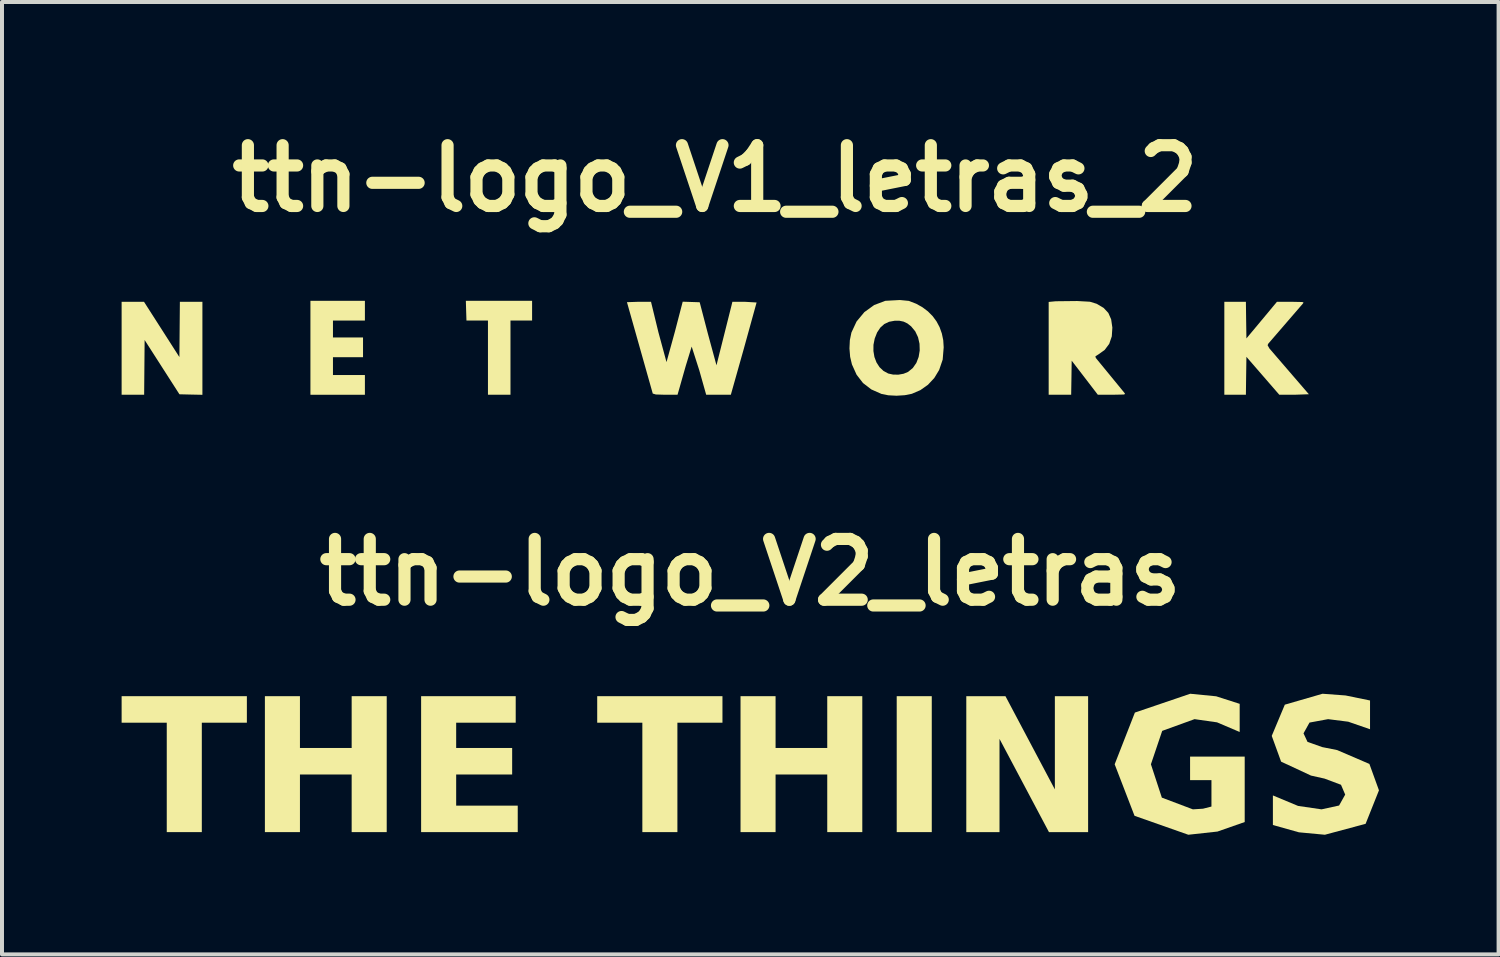
<source format=kicad_pcb>
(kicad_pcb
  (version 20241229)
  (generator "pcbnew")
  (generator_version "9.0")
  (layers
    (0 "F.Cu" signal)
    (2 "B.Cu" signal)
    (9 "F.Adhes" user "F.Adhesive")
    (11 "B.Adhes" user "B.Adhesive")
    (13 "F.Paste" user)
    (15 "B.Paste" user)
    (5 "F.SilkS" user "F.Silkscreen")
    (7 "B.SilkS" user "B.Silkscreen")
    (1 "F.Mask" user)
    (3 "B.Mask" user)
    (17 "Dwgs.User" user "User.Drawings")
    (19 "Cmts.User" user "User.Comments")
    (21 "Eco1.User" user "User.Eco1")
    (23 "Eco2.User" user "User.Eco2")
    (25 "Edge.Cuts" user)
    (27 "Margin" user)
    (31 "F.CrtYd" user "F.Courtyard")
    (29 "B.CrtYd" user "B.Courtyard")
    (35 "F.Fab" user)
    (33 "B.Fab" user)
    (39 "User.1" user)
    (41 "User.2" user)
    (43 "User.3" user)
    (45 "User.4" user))
  (footprint "ttn-logo_V1_letras_2"
    (layer "F.Cu")
    (at 14.887 5.674)
    (property "Reference" "ttn-logo_V1_letras_2" (at 0 -4.248 0) (layer "F.SilkS") (effects (font (size 1.524 1.524) (thickness 0.305))))
    (attr smd)
    (fp_poly (pts (xy 4.169 1.155) (xy 3.992 0.229) (xy 4.044 0.366) (xy 4.12 0.484) (xy 4.219 0.578) (xy 4.338 0.643) (xy 4.46 0.67) (xy 4.593 0.672) (xy 4.723 0.649) (xy 4.835 0.603) (xy 4.835 0.603) (xy 4.954 0.506) (xy 5.043 0.378) (xy 5.101 0.228) (xy 5.128 0.065) (xy 5.123 -0.103) (xy 5.086 -0.266) (xy 5.016 -0.414) (xy 4.912 -0.54) (xy 4.82 -0.612) (xy 4.725 -0.658) (xy 4.62 -0.68) (xy 4.498 -0.68) (xy 4.358 -0.654) (xy 4.239 -0.597) (xy 4.14 -0.508) (xy 4.059 -0.386) (xy 3.999 -0.233) (xy 3.968 -0.076) (xy 3.967 0.08) (xy 3.992 0.229) (xy 4.169 1.155) (xy 0.715 0.028) (xy 0.391 1.176) (xy 0.082 1.176) (xy -0.227 1.176) (xy -0.4 0.563) (xy -0.591 -0.032) (xy -0.741 0.457) (xy -0.91 1.052) (xy -0.946 1.176) (xy -1.251 1.176) (xy -1.489 1.169) (xy -1.567 1.146) (xy -1.567 1.146) (xy -1.567 1.146) (xy -2.214 -1.146) (xy -1.912 -1.156) (xy -1.611 -1.156) (xy -1.425 -0.391) (xy -1.222 0.357) (xy -1.011 -0.409) (xy -0.816 -1.158) (xy -0.603 -1.151) (xy -0.39 -1.144) (xy -0.185 -0.358) (xy 0.031 0.437) (xy 0.406 -1.056) (xy 0.43 -1.156) (xy 0.733 -1.156) (xy 1.037 -1.138) (xy 0.715 0.028) (xy 4.169 1.155) (xy 3.914 1.042) (xy 3.706 0.882) (xy 3.545 0.674) (xy 3.428 0.415) (xy 3.383 0.224) (xy 3.366 0.014) (xy 3.376 -0.195) (xy 3.415 -0.384) (xy 3.544 -0.661) (xy 3.739 -0.896) (xy 3.985 -1.074) (xy 4.265 -1.18) (xy -6.254 -1.18) (xy -5.424 -1.18) (xy -4.593 -1.18) (xy -4.593 -0.932) (xy -4.593 -0.685) (xy -4.864 -0.685) (xy -5.135 -0.685) (xy -5.135 0.245) (xy -5.135 1.176) (xy -5.418 1.176) (xy -5.7 1.176) (xy -5.7 0.245) (xy -5.7 0.245) (xy -5.7 0.245) (xy -5.7 -0.685) (xy -5.97 -0.685) (xy -6.239 -0.685) (xy -6.247 -0.932) (xy -6.254 -1.18) (xy 4.265 -1.18) (xy 4.631 -1.2) (xy -10.152 -1.18) (xy -9.469 -1.18) (xy -8.786 -1.18) (xy -8.786 -0.932) (xy -8.786 -0.685) (xy -9.187 -0.685) (xy -9.587 -0.685) (xy -9.587 -0.473) (xy -9.587 -0.261) (xy -9.21 -0.261) (xy -8.833 -0.261) (xy -8.833 -0.014) (xy -8.833 0.234) (xy -9.21 0.234) (xy -9.587 0.234) (xy -9.587 0.457) (xy -9.587 0.681) (xy -9.187 0.681) (xy -8.786 0.681) (xy -8.786 0.929) (xy -8.786 1.176) (xy -9.469 1.176) (xy -10.152 1.176) (xy -10.152 -0.002) (xy -10.152 -1.18) (xy 4.631 -1.2) (xy 8.362 -1.152) (xy 8.54 -1.169) (xy 9.076 -1.175) (xy 9.397 -1.157) (xy 9.564 -1.106) (xy 9.739 -1.003) (xy 9.858 -0.876) (xy 9.929 -0.715) (xy 9.959 -0.508) (xy 9.945 -0.289) (xy 9.881 -0.102) (xy 9.767 0.051) (xy 9.608 0.165) (xy 9.534 0.211) (xy 9.544 0.253) (xy 9.905 0.693) (xy 10.267 1.135) (xy 10.277 1.158) (xy 10.243 1.17) (xy 9.947 1.176) (xy 9.595 1.176) (xy 9.267 0.748) (xy 8.939 0.321) (xy 8.933 0.748) (xy 8.926 1.176) (xy 8.644 1.176) (xy 8.362 1.176) (xy 8.362 0.012) (xy 8.362 0.012) (xy 8.362 0.012) (xy 8.362 -1.152) (xy 4.631 -1.2) (xy 12.767 -1.156) (xy 13.037 -1.156) (xy 13.308 -1.156) (xy 13.314 -0.696) (xy 13.321 -0.237) (xy 13.704 -0.696) (xy 14.087 -1.156) (xy 14.432 -1.156) (xy 14.721 -1.15) (xy 14.753 -1.138) (xy 14.741 -1.115) (xy 13.869 -0.105) (xy 13.852 -0.067) (xy 13.897 0.014) (xy 14.356 0.547) (xy 14.887 1.163) (xy 14.516 1.176) (xy 14.145 1.175) (xy 13.733 0.7) (xy 13.321 0.225) (xy 13.314 0.7) (xy 13.308 1.176) (xy 13.037 1.176) (xy 12.767 1.176) (xy 12.767 0.01) (xy 12.767 0.01) (xy 12.767 0.01) (xy 12.767 -1.156) (xy 4.631 -1.2) (xy 4.855 -1.178) (xy 5.041 -1.106) (xy 5.197 -1.018) (xy 5.334 -0.915) (xy 5.452 -0.796) (xy 5.55 -0.663) (xy 5.627 -0.518) (xy 5.683 -0.36) (xy 5.718 -0.192) (xy 5.729 -0.014) (xy 5.704 0.294) (xy 5.615 0.555) (xy 5.493 0.756) (xy 5.334 0.926) (xy 5.144 1.06) (xy 4.93 1.152) (xy 4.753 1.187) (xy 4.545 1.2) (xy -12.861 1.177) (xy -13.149 1.171) (xy -13.437 1.164) (xy -13.874 0.483) (xy -14.31 -0.197) (xy -14.316 0.489) (xy -14.322 1.176) (xy -14.605 1.176) (xy -14.887 1.176) (xy -14.887 0.01) (xy -14.887 0.01) (xy -14.887 0.01) (xy -14.887 -1.156) (xy -14.607 -1.156) (xy -14.326 -1.156) (xy -13.882 -0.463) (xy -13.438 0.231) (xy -13.432 -0.463) (xy -13.426 -1.156) (xy -13.144 -1.156) (xy -12.861 -1.156) (xy -12.861 0.011) (xy -12.861 1.177) (xy 4.545 1.2) (xy 4.339 1.189) (xy 4.169 1.155) (xy 4.169 1.155) (xy 4.169 1.155)) (stroke (width 0) (type solid)) (fill yes) (layer "F.SilkS")))
  (footprint "ttn-logo_V2_letras"
    (layer "F.Cu")
    (at 15.766 16.116)
    (property "Reference" "ttn-logo_V2_letras" (at 0 -4.816 0) (layer "F.SilkS") (effects (font (size 1.524 1.524) (thickness 0.305))))
    (attr smd)
    (fp_poly (pts (xy 3.672 -1.707) (xy 4.551 -1.707) (xy 4.551 1.702) (xy 3.672 1.702) (xy 3.672 -1.707)) (stroke (width 0) (type solid)) (fill yes) (layer "F.SilkS"))
    (fp_poly (pts (xy -15.766 -1.707) (xy -12.625 -1.707) (xy -12.625 -1.042) (xy -13.755 -1.042) (xy -13.755 1.702) (xy -14.634 1.702) (xy -14.634 -1.042) (xy -15.766 -1.042) (xy -15.766 -1.707)) (stroke (width 0) (type solid)) (fill yes) (layer "F.SilkS"))
    (fp_poly (pts (xy -3.839 -1.707) (xy -0.698 -1.707) (xy -0.698 -1.042) (xy -1.828 -1.042) (xy -1.828 1.702) (xy -2.707 1.702) (xy -2.707 -1.042) (xy -3.839 -1.042) (xy -3.839 -1.707)) (stroke (width 0) (type solid)) (fill yes) (layer "F.SilkS"))
    (fp_poly (pts (xy 5.417 -1.707) (xy 6.399 -1.707) (xy 7.638 0.631) (xy 7.638 -1.707) (xy 8.472 -1.707) (xy 8.472 1.702) (xy 7.49 1.702) (xy 6.25 -0.636) (xy 6.25 1.702) (xy 5.417 1.702) (xy 5.417 -1.707)) (stroke (width 0) (type solid)) (fill yes) (layer "F.SilkS"))
    (fp_poly (pts (xy -12.173 -1.707) (xy -11.294 -1.707) (xy -11.294 -0.408) (xy -9.997 -0.408) (xy -9.997 -1.707) (xy -9.118 -1.707) (xy -9.118 1.702) (xy -9.997 1.702) (xy -9.997 0.257) (xy -11.294 0.257) (xy -11.294 1.702) (xy -12.173 1.702) (xy -12.173 -1.707)) (stroke (width 0) (type solid)) (fill yes) (layer "F.SilkS"))
    (fp_poly (pts (xy -8.255 -1.707) (xy -5.883 -1.707) (xy -5.883 -1.042) (xy -7.376 -1.042) (xy -7.376 -0.408) (xy -5.972 -0.408) (xy -5.972 0.257) (xy -7.376 0.257) (xy -7.376 1.038) (xy -5.832 1.038) (xy -5.832 1.702) (xy -8.255 1.702) (xy -8.255 -1.707)) (stroke (width 0) (type solid)) (fill yes) (layer "F.SilkS"))
    (fp_poly (pts (xy -0.245 -1.707) (xy 0.634 -1.707) (xy 0.634 -0.408) (xy 1.93 -0.408) (xy 1.93 -1.707) (xy 2.809 -1.707) (xy 2.809 1.702) (xy 1.93 1.702) (xy 1.93 0.257) (xy 0.634 0.257) (xy 0.634 1.702) (xy -0.245 1.702) (xy -0.245 -1.707)) (stroke (width 0) (type solid)) (fill yes) (layer "F.SilkS"))
    (fp_poly (pts (xy 12.399 1.449) (xy 11.716 1.688) (xy 10.985 1.768) (xy 9.636 1.293) (xy 9.138 0.001) (xy 9.645 -1.296) (xy 11.033 -1.768) (xy 11.684 -1.704) (xy 12.273 -1.515) (xy 12.273 -0.809) (xy 11.705 -1.051) (xy 11.141 -1.131) (xy 10.33 -0.837) (xy 10.047 0.001) (xy 10.321 0.837) (xy 11.099 1.131) (xy 11.353 1.115) (xy 11.565 1.061) (xy 11.565 0.398) (xy 11.029 0.398) (xy 11.029 -0.191) (xy 12.399 -0.191) (xy 12.399 1.449) (xy 12.399 1.449)) (stroke (width 0) (type solid)) (fill yes) (layer "F.SilkS"))
    (fp_poly (pts (xy 15.542 -1.599) (xy 15.542 -0.878) (xy 14.995 -1.067) (xy 14.49 -1.131) (xy 14.024 -1.045) (xy 13.874 -0.775) (xy 13.974 -0.561) (xy 14.344 -0.43) (xy 14.718 -0.355) (xy 15.526 -0.008) (xy 15.766 0.654) (xy 15.431 1.494) (xy 14.41 1.768) (xy 13.759 1.707) (xy 13.106 1.524) (xy 13.106 0.782) (xy 13.737 1.045) (xy 14.326 1.131) (xy 14.766 1.035) (xy 14.919 0.761) (xy 14.814 0.515) (xy 14.401 0.36) (xy 14.061 0.284) (xy 13.312 -0.065) (xy 13.077 -0.711) (xy 13.405 -1.494) (xy 14.351 -1.768) (xy 14.928 -1.725) (xy 15.542 -1.599)) (stroke (width 0) (type solid)) (fill yes) (layer "F.SilkS")))
  (gr_rect
    (start -3 -3)
    (end 34.532 20.885)
    (stroke (width 0.1) (type default))
    (fill no)
    (layer "Edge.Cuts")))
</source>
